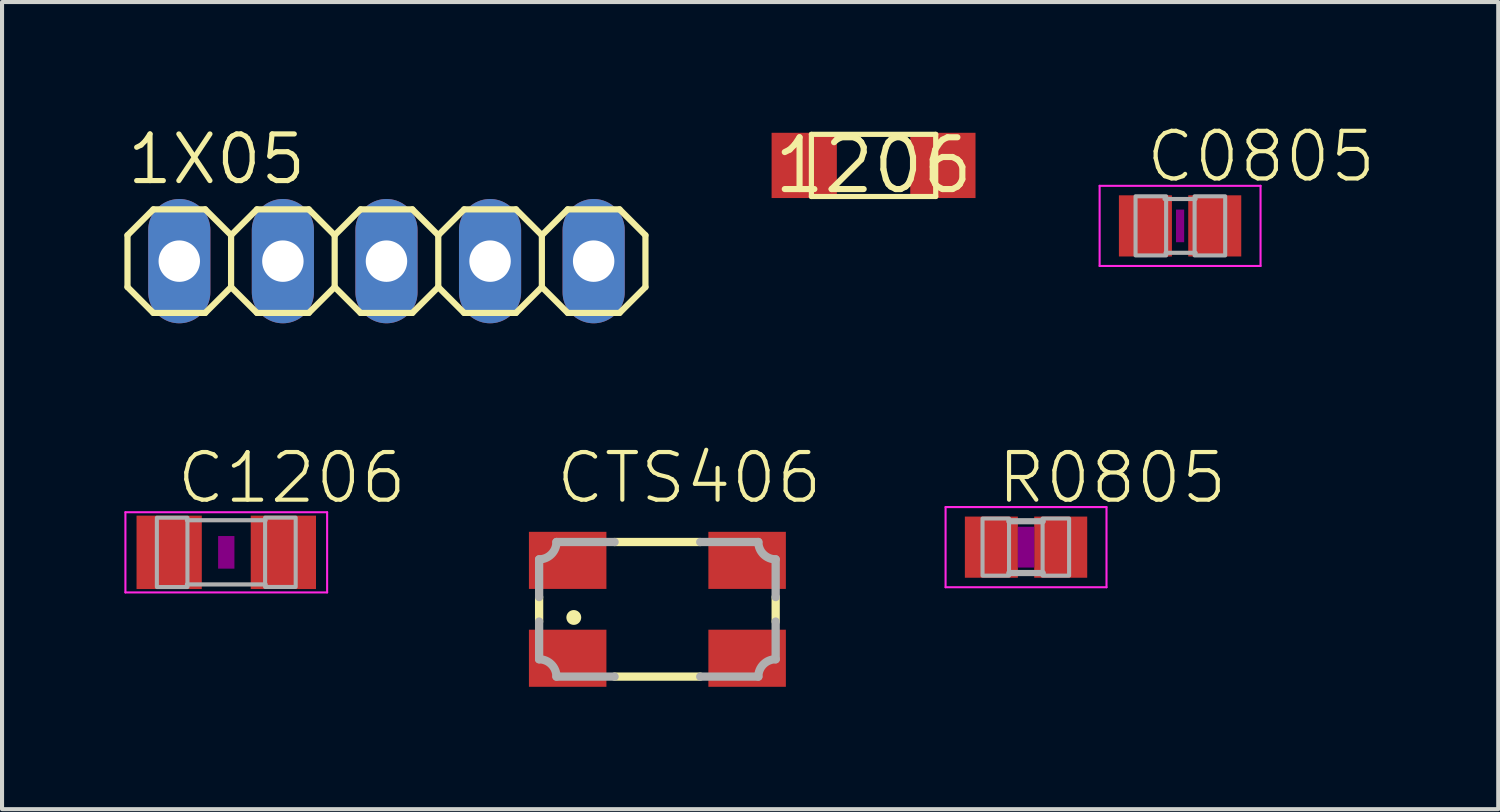
<source format=kicad_pcb>
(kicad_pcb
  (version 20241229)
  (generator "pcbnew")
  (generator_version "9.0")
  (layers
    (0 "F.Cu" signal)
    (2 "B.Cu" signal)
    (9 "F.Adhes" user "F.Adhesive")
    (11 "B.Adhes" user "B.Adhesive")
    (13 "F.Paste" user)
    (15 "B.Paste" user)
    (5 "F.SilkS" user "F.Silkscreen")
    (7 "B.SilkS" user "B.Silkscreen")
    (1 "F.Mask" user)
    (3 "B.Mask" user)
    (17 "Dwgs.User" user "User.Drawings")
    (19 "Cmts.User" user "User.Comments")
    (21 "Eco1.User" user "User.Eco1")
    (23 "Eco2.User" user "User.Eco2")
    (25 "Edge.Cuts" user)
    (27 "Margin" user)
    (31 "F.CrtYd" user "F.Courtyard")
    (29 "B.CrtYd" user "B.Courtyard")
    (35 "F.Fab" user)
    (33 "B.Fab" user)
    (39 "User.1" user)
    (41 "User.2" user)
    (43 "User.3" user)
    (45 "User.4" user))
  (footprint "R0805"
    (layer "F.Cu")
    (at 22.108 10.366)
    (property "Reference" "R0805" (at -0.762 -1.016 0) (layer "F.SilkS") (effects (font (size 1.168 1.168) (thickness 0.102)) (justify left bottom)))
    (fp_poly (pts (xy -0.2 0.5) (xy 0.2 0.5) (xy 0.2 -0.5) (xy -0.2 -0.5)) (stroke (width 0) (type solid)) (fill yes) (layer "F.Adhes"))
    (fp_line (start -1.973 -0.983) (end 1.973 -0.983) (stroke (width 0.051) (type solid)) (layer "F.CrtYd"))
    (fp_line (start -1.973 0.983) (end -1.973 -0.983) (stroke (width 0.051) (type solid)) (layer "F.CrtYd"))
    (fp_line (start 1.973 -0.983) (end 1.973 0.983) (stroke (width 0.051) (type solid)) (layer "F.CrtYd"))
    (fp_line (start 1.973 0.983) (end -1.973 0.983) (stroke (width 0.051) (type solid)) (layer "F.CrtYd"))
    (fp_line (start -0.41 -0.635) (end 0.41 -0.635) (stroke (width 0.152) (type solid)) (layer "F.Fab"))
    (fp_line (start -0.41 0.635) (end 0.41 0.635) (stroke (width 0.152) (type solid)) (layer "F.Fab"))
    (fp_poly (pts (xy -1.067 0.699) (xy -0.417 0.699) (xy -0.417 -0.702) (xy -1.067 -0.702)) (stroke (width 0.1) (type solid)) (fill no) (layer "F.Fab"))
    (fp_poly (pts (xy 0.406 0.699) (xy 1.056 0.699) (xy 1.056 -0.702) (xy 0.406 -0.702)) (stroke (width 0.1) (type solid)) (fill no) (layer "F.Fab"))
    (pad "1" smd rect (at -0.85 0) (size 1.3 1.5) (layers "F.Cu" "F.Mask" "F.Paste"))
    (pad "2" smd rect (at 0.85 0) (size 1.3 1.5) (layers "F.Cu" "F.Mask" "F.Paste")))
  (footprint "C1206"
    (layer "F.Cu")
    (at 2.498 10.493)
    (property "Reference" "C1206" (at -1.27 -1.143 0) (layer "F.SilkS") (effects (font (size 1.168 1.168) (thickness 0.102)) (justify left bottom)))
    (fp_poly (pts (xy -0.2 0.4) (xy 0.2 0.4) (xy 0.2 -0.4) (xy -0.2 -0.4)) (stroke (width 0) (type solid)) (fill yes) (layer "F.Adhes"))
    (fp_line (start -2.473 -0.983) (end 2.473 -0.983) (stroke (width 0.051) (type solid)) (layer "F.CrtYd"))
    (fp_line (start -2.473 0.983) (end -2.473 -0.983) (stroke (width 0.051) (type solid)) (layer "F.CrtYd"))
    (fp_line (start 2.473 -0.983) (end 2.473 0.983) (stroke (width 0.051) (type solid)) (layer "F.CrtYd"))
    (fp_line (start 2.473 0.983) (end -2.473 0.983) (stroke (width 0.051) (type solid)) (layer "F.CrtYd"))
    (fp_line (start -0.965 -0.787) (end 0.965 -0.787) (stroke (width 0.102) (type solid)) (layer "F.Fab"))
    (fp_line (start -0.965 0.787) (end 0.965 0.787) (stroke (width 0.102) (type solid)) (layer "F.Fab"))
    (fp_poly (pts (xy -1.702 0.851) (xy -0.952 0.851) (xy -0.952 -0.849) (xy -1.702 -0.849)) (stroke (width 0.1) (type solid)) (fill no) (layer "F.Fab"))
    (fp_poly (pts (xy 0.952 0.849) (xy 1.702 0.849) (xy 1.702 -0.851) (xy 0.952 -0.851)) (stroke (width 0.1) (type solid)) (fill no) (layer "F.Fab"))
    (pad "1" smd rect (at -1.4 0) (size 1.6 1.8) (layers "F.Cu" "F.Mask" "F.Paste"))
    (pad "2" smd rect (at 1.4 0) (size 1.6 1.8) (layers "F.Cu" "F.Mask" "F.Paste")))
  (footprint "C0805"
    (layer "F.Cu")
    (at 25.885 2.489)
    (property "Reference" "C0805" (at -0.889 -1.016 0) (layer "F.SilkS") (effects (font (size 1.168 1.168) (thickness 0.102)) (justify left bottom)))
    (fp_poly (pts (xy -0.1 0.4) (xy 0.1 0.4) (xy 0.1 -0.4) (xy -0.1 -0.4)) (stroke (width 0) (type solid)) (fill yes) (layer "F.Adhes"))
    (fp_line (start -1.973 -0.983) (end 1.973 -0.983) (stroke (width 0.051) (type solid)) (layer "F.CrtYd"))
    (fp_line (start -1.973 0.983) (end -1.973 -0.983) (stroke (width 0.051) (type solid)) (layer "F.CrtYd"))
    (fp_line (start 1.973 -0.983) (end 1.973 0.983) (stroke (width 0.051) (type solid)) (layer "F.CrtYd"))
    (fp_line (start 1.973 0.983) (end -1.973 0.983) (stroke (width 0.051) (type solid)) (layer "F.CrtYd"))
    (fp_line (start -0.381 -0.66) (end 0.381 -0.66) (stroke (width 0.102) (type solid)) (layer "F.Fab"))
    (fp_line (start -0.356 0.66) (end 0.381 0.66) (stroke (width 0.102) (type solid)) (layer "F.Fab"))
    (fp_poly (pts (xy -1.092 0.724) (xy -0.342 0.724) (xy -0.342 -0.726) (xy -1.092 -0.726)) (stroke (width 0.1) (type solid)) (fill no) (layer "F.Fab"))
    (fp_poly (pts (xy 0.356 0.724) (xy 1.106 0.724) (xy 1.106 -0.726) (xy 0.356 -0.726)) (stroke (width 0.1) (type solid)) (fill no) (layer "F.Fab"))
    (pad "1" smd rect (at -0.85 0) (size 1.3 1.5) (layers "F.Cu" "F.Mask" "F.Paste"))
    (pad "2" smd rect (at 0.85 0) (size 1.3 1.5) (layers "F.Cu" "F.Mask" "F.Paste")))
  (footprint "1206"
    (layer "F.Cu")
    (at 18.369 1.006)
    (property "Reference" "1206" (at 0 0 0) (layer "F.SilkS") (effects (font (size 1.27 1.27) (thickness 0.15))))
    (fp_line (start -1.524 -0.762) (end 1.524 -0.762) (stroke (width 0.127) (type solid)) (layer "F.SilkS"))
    (fp_line (start -1.524 0.762) (end -1.524 -0.762) (stroke (width 0.127) (type solid)) (layer "F.SilkS"))
    (fp_line (start 1.524 -0.762) (end 1.524 0.762) (stroke (width 0.127) (type solid)) (layer "F.SilkS"))
    (fp_line (start 1.524 0.762) (end -1.524 0.762) (stroke (width 0.127) (type solid)) (layer "F.SilkS"))
    (pad "P$1" smd rect (at -1.7 0) (size 1.6 1.6) (layers "F.Cu" "F.Mask" "F.Paste"))
    (pad "P$2" smd rect (at 1.7 0) (size 1.6 1.6) (layers "F.Cu" "F.Mask" "F.Paste")))
  (footprint "1X05"
    (layer "F.Cu")
    (at 6.426 3.353)
    (property "Reference" "1X05" (at -6.426 -1.829 0) (layer "F.SilkS") (effects (font (size 1.143 1.143) (thickness 0.127)) (justify left bottom)))
    (fp_line (start -6.35 -0.635) (end -6.35 0.635) (stroke (width 0.152) (type solid)) (layer "F.SilkS"))
    (fp_line (start -6.35 0.635) (end -5.715 1.27) (stroke (width 0.152) (type solid)) (layer "F.SilkS"))
    (fp_line (start -5.715 -1.27) (end -6.35 -0.635) (stroke (width 0.152) (type solid)) (layer "F.SilkS"))
    (fp_line (start -5.715 -1.27) (end -4.445 -1.27) (stroke (width 0.152) (type solid)) (layer "F.SilkS"))
    (fp_line (start -4.445 -1.27) (end -3.81 -0.635) (stroke (width 0.152) (type solid)) (layer "F.SilkS"))
    (fp_line (start -4.445 1.27) (end -5.715 1.27) (stroke (width 0.152) (type solid)) (layer "F.SilkS"))
    (fp_line (start -3.81 -0.635) (end -3.81 0.635) (stroke (width 0.152) (type solid)) (layer "F.SilkS"))
    (fp_line (start -3.81 -0.635) (end -3.175 -1.27) (stroke (width 0.152) (type solid)) (layer "F.SilkS"))
    (fp_line (start -3.81 0.635) (end -4.445 1.27) (stroke (width 0.152) (type solid)) (layer "F.SilkS"))
    (fp_line (start -3.175 -1.27) (end -1.905 -1.27) (stroke (width 0.152) (type solid)) (layer "F.SilkS"))
    (fp_line (start -3.175 1.27) (end -3.81 0.635) (stroke (width 0.152) (type solid)) (layer "F.SilkS"))
    (fp_line (start -1.905 -1.27) (end -1.27 -0.635) (stroke (width 0.152) (type solid)) (layer "F.SilkS"))
    (fp_line (start -1.905 1.27) (end -3.175 1.27) (stroke (width 0.152) (type solid)) (layer "F.SilkS"))
    (fp_line (start -1.27 -0.635) (end -1.27 0.635) (stroke (width 0.152) (type solid)) (layer "F.SilkS"))
    (fp_line (start -1.27 -0.635) (end -0.635 -1.27) (stroke (width 0.152) (type solid)) (layer "F.SilkS"))
    (fp_line (start -1.27 0.635) (end -1.905 1.27) (stroke (width 0.152) (type solid)) (layer "F.SilkS"))
    (fp_line (start -0.635 -1.27) (end 0.635 -1.27) (stroke (width 0.152) (type solid)) (layer "F.SilkS"))
    (fp_line (start -0.635 1.27) (end -1.27 0.635) (stroke (width 0.152) (type solid)) (layer "F.SilkS"))
    (fp_line (start 0.635 -1.27) (end 1.27 -0.635) (stroke (width 0.152) (type solid)) (layer "F.SilkS"))
    (fp_line (start 0.635 1.27) (end -0.635 1.27) (stroke (width 0.152) (type solid)) (layer "F.SilkS"))
    (fp_line (start 1.27 -0.635) (end 1.27 0.635) (stroke (width 0.152) (type solid)) (layer "F.SilkS"))
    (fp_line (start 1.27 0.635) (end 0.635 1.27) (stroke (width 0.152) (type solid)) (layer "F.SilkS"))
    (fp_line (start 1.27 0.635) (end 1.905 1.27) (stroke (width 0.152) (type solid)) (layer "F.SilkS"))
    (fp_line (start 1.905 -1.27) (end 1.27 -0.635) (stroke (width 0.152) (type solid)) (layer "F.SilkS"))
    (fp_line (start 1.905 -1.27) (end 3.175 -1.27) (stroke (width 0.152) (type solid)) (layer "F.SilkS"))
    (fp_line (start 3.175 -1.27) (end 3.81 -0.635) (stroke (width 0.152) (type solid)) (layer "F.SilkS"))
    (fp_line (start 3.175 1.27) (end 1.905 1.27) (stroke (width 0.152) (type solid)) (layer "F.SilkS"))
    (fp_line (start 3.81 -0.635) (end 3.81 0.635) (stroke (width 0.152) (type solid)) (layer "F.SilkS"))
    (fp_line (start 3.81 0.635) (end 3.175 1.27) (stroke (width 0.152) (type solid)) (layer "F.SilkS"))
    (fp_line (start 3.81 0.635) (end 4.445 1.27) (stroke (width 0.152) (type solid)) (layer "F.SilkS"))
    (fp_line (start 4.445 -1.27) (end 3.81 -0.635) (stroke (width 0.152) (type solid)) (layer "F.SilkS"))
    (fp_line (start 4.445 -1.27) (end 5.715 -1.27) (stroke (width 0.152) (type solid)) (layer "F.SilkS"))
    (fp_line (start 5.715 -1.27) (end 6.35 -0.635) (stroke (width 0.152) (type solid)) (layer "F.SilkS"))
    (fp_line (start 5.715 1.27) (end 4.445 1.27) (stroke (width 0.152) (type solid)) (layer "F.SilkS"))
    (fp_line (start 6.35 -0.635) (end 6.35 0.635) (stroke (width 0.152) (type solid)) (layer "F.SilkS"))
    (fp_line (start 6.35 0.635) (end 5.715 1.27) (stroke (width 0.152) (type solid)) (layer "F.SilkS"))
    (fp_poly (pts (xy -5.334 0.254) (xy -4.826 0.254) (xy -4.826 -0.254) (xy -5.334 -0.254)) (stroke (width 0.1) (type solid)) (fill no) (layer "F.Fab"))
    (fp_poly (pts (xy -2.794 0.254) (xy -2.286 0.254) (xy -2.286 -0.254) (xy -2.794 -0.254)) (stroke (width 0.1) (type solid)) (fill no) (layer "F.Fab"))
    (fp_poly (pts (xy -0.254 0.254) (xy 0.254 0.254) (xy 0.254 -0.254) (xy -0.254 -0.254)) (stroke (width 0.1) (type solid)) (fill no) (layer "F.Fab"))
    (fp_poly (pts (xy 2.286 0.254) (xy 2.794 0.254) (xy 2.794 -0.254) (xy 2.286 -0.254)) (stroke (width 0.1) (type solid)) (fill no) (layer "F.Fab"))
    (fp_poly (pts (xy 4.826 0.254) (xy 5.334 0.254) (xy 5.334 -0.254) (xy 4.826 -0.254)) (stroke (width 0.1) (type solid)) (fill no) (layer "F.Fab"))
    (pad "1" thru_hole oval (at -5.08 0 90) (size 3.048 1.524) (drill 1.016) (layers "*.Cu" "*.Mask"))
    (pad "2" thru_hole oval (at -2.54 0 90) (size 3.048 1.524) (drill 1.016) (layers "*.Cu" "*.Mask"))
    (pad "3" thru_hole oval (at 0 0 90) (size 3.048 1.524) (drill 1.016) (layers "*.Cu" "*.Mask"))
    (pad "4" thru_hole oval (at 2.54 0 90) (size 3.048 1.524) (drill 1.016) (layers "*.Cu" "*.Mask"))
    (pad "5" thru_hole oval (at 5.08 0 90) (size 3.048 1.524) (drill 1.016) (layers "*.Cu" "*.Mask")))
  (footprint "CTS406"
    (layer "F.Cu")
    (at 13.069 11.89)
    (property "Reference" "CTS406" (at -2.54 -2.54 0) (layer "F.SilkS") (effects (font (size 1.168 1.168) (thickness 0.102)) (justify left bottom)))
    (fp_line (start -2.9 0.3) (end -2.9 -0.3) (stroke (width 0.203) (type solid)) (layer "F.SilkS"))
    (fp_line (start -1.05 -1.65) (end 1.05 -1.65) (stroke (width 0.203) (type solid)) (layer "F.SilkS"))
    (fp_line (start 1.05 1.65) (end -1.05 1.65) (stroke (width 0.203) (type solid)) (layer "F.SilkS"))
    (fp_line (start 2.9 -0.3) (end 2.9 0.3) (stroke (width 0.203) (type solid)) (layer "F.SilkS"))
    (fp_circle (center -2.05 0.2) (end -1.959 0.2) (stroke (width 0.182) (type solid)) (fill yes) (layer "F.SilkS"))
    (fp_line (start -2.9 -0.3) (end -2.9 -1.225) (stroke (width 0.203) (type solid)) (layer "F.Fab"))
    (fp_line (start -2.9 1.225) (end -2.9 0.3) (stroke (width 0.203) (type solid)) (layer "F.Fab"))
    (fp_line (start -2.475 -1.65) (end -1.05 -1.65) (stroke (width 0.203) (type solid)) (layer "F.Fab"))
    (fp_line (start -1.05 1.65) (end -2.475 1.65) (stroke (width 0.203) (type solid)) (layer "F.Fab"))
    (fp_line (start 1.05 -1.65) (end 2.475 -1.65) (stroke (width 0.203) (type solid)) (layer "F.Fab"))
    (fp_line (start 2.475 1.65) (end 1.05 1.65) (stroke (width 0.203) (type solid)) (layer "F.Fab"))
    (fp_line (start 2.9 -1.225) (end 2.9 -0.3) (stroke (width 0.203) (type solid)) (layer "F.Fab"))
    (fp_line (start 2.9 0.3) (end 2.9 1.225) (stroke (width 0.203) (type solid)) (layer "F.Fab"))
    (fp_arc (start -2.899998 1.225) (mid -2.600003 1.350005) (end -2.475 1.65) (stroke (width 0.2032) (type solid)) (layer "F.Fab"))
    (fp_arc (start -2.475 -1.649998) (mid -2.600005 -1.350003) (end -2.9 -1.225) (stroke (width 0.2032) (type solid)) (layer "F.Fab"))
    (fp_arc (start 2.475 1.649998) (mid 2.600005 1.350003) (end 2.9 1.225) (stroke (width 0.2032) (type solid)) (layer "F.Fab"))
    (fp_arc (start 2.899998 -1.225) (mid 2.600003 -1.350005) (end 2.475 -1.65) (stroke (width 0.2032) (type solid)) (layer "F.Fab"))
    (pad "1" smd rect (at -2.2 1.2) (size 1.9 1.4) (layers "F.Cu" "F.Mask" "F.Paste"))
    (pad "2" smd rect (at 2.2 1.2) (size 1.9 1.4) (layers "F.Cu" "F.Mask" "F.Paste"))
    (pad "3" smd rect (at 2.2 -1.2) (size 1.9 1.4) (layers "F.Cu" "F.Mask" "F.Paste"))
    (pad "4" smd rect (at -2.2 -1.2) (size 1.9 1.4) (layers "F.Cu" "F.Mask" "F.Paste")))
  (gr_rect
    (start -3 -3)
    (end 33.686 16.79)
    (stroke (width 0.1) (type default))
    (fill no)
    (layer "Edge.Cuts")))
</source>
